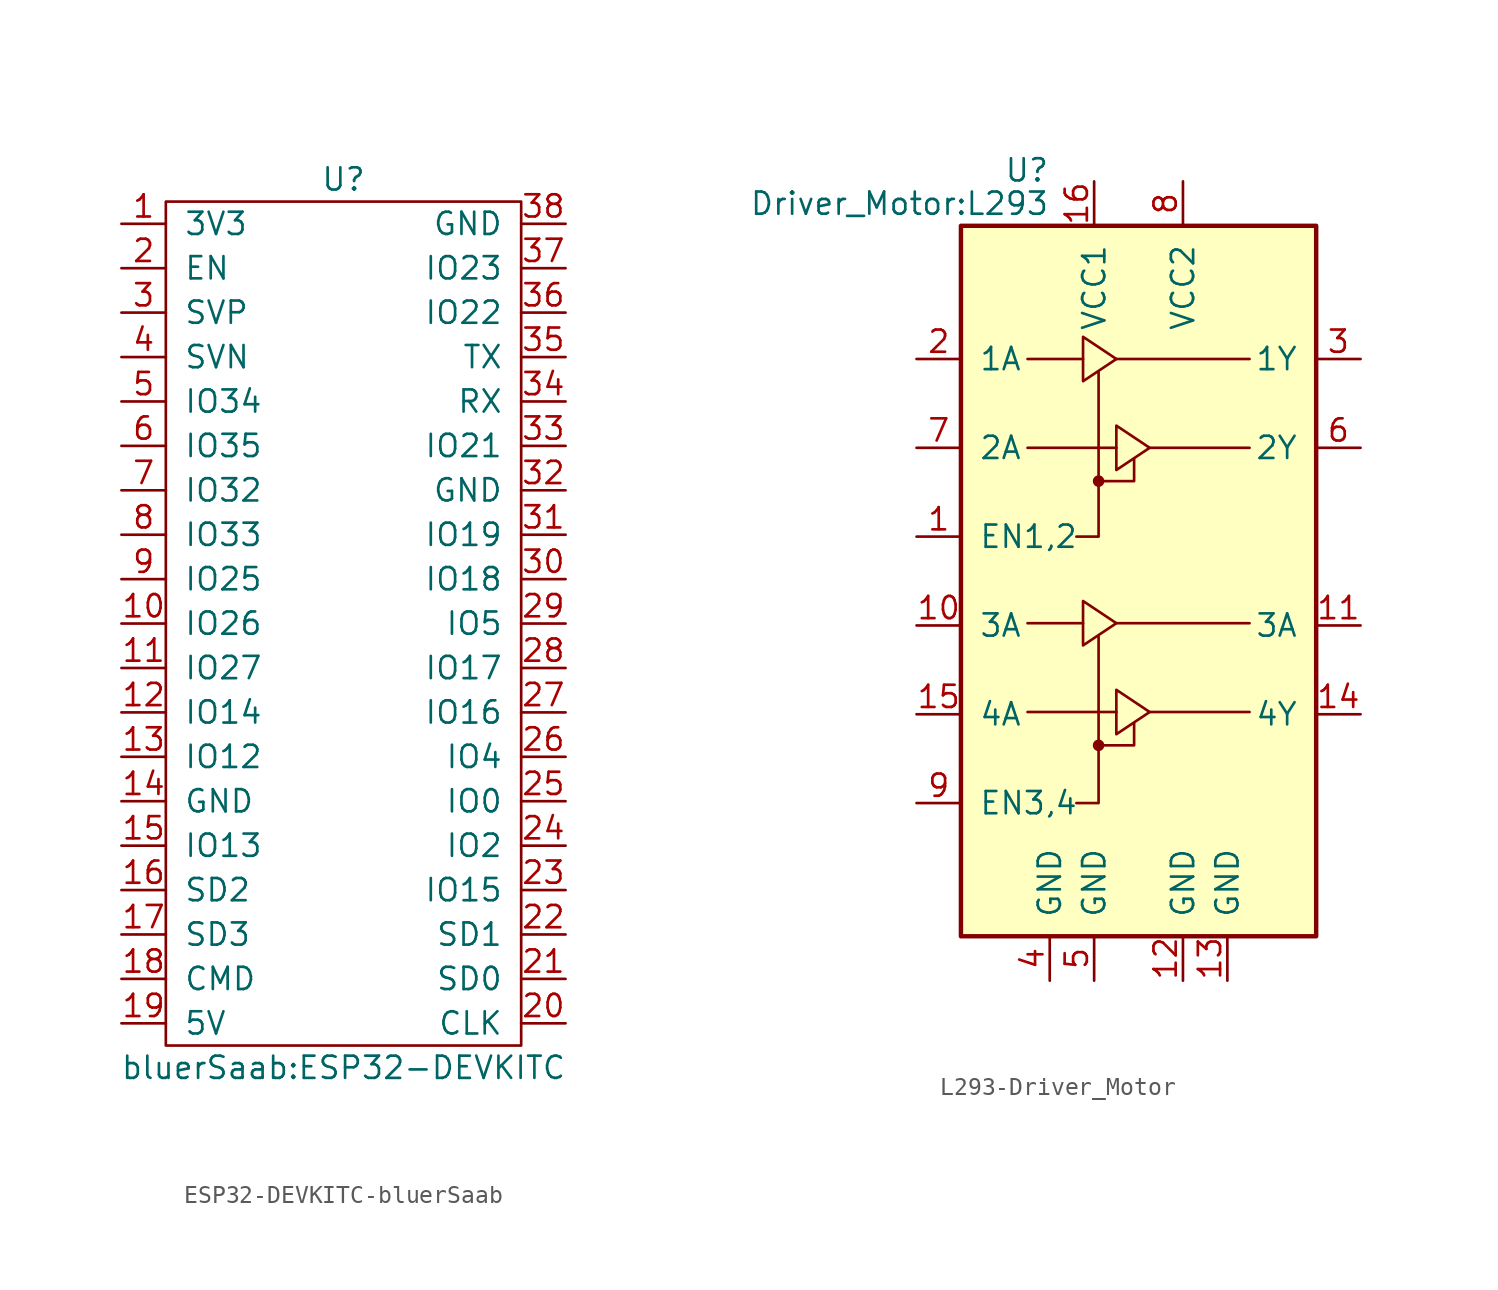
<source format=kicad_sym>
(kicad_symbol_lib
  (version 20231120)
  (generator "kicad_symbol_editor")
  (generator_version "8.0")
  (symbol "ESP32-DEVKITC-bluerSaab"
    (pin_names
      (offset 1.016))
    (property "Reference" "U"
      (at 0 22.86 0)
      (effects (font (size 1.27 1.27))))
    (property "Value" "bluerSaab:ESP32-DEVKITC"
      (at 0 -27.94 0)
      (effects (font (size 1.27 1.27))))
    (symbol "ESP32-DEVKITC-bluerSaab_0_1"
      (rectangle (start -10.16 21.59) (end 10.16 -26.67) (stroke (width 0) (type solid)) (fill (type none))))
    (symbol "ESP32-DEVKITC-bluerSaab_1_1"
      (pin power_in line (at -12.7 20.32 0) (length 2.54) (name "3V3" (effects (font (size 1.27 1.27)))) (number "1" (effects (font (size 1.27 1.27)))))
      (pin bidirectional line (at -12.7 -2.54 0) (length 2.54) (name "IO26" (effects (font (size 1.27 1.27)))) (number "10" (effects (font (size 1.27 1.27)))))
      (pin bidirectional line (at -12.7 -5.08 0) (length 2.54) (name "IO27" (effects (font (size 1.27 1.27)))) (number "11" (effects (font (size 1.27 1.27)))))
      (pin bidirectional line (at -12.7 -7.62 0) (length 2.54) (name "IO14" (effects (font (size 1.27 1.27)))) (number "12" (effects (font (size 1.27 1.27)))))
      (pin bidirectional line (at -12.7 -10.16 0) (length 2.54) (name "IO12" (effects (font (size 1.27 1.27)))) (number "13" (effects (font (size 1.27 1.27)))))
      (pin power_in line (at -12.7 -12.7 0) (length 2.54) (name "GND" (effects (font (size 1.27 1.27)))) (number "14" (effects (font (size 1.27 1.27)))))
      (pin bidirectional line (at -12.7 -15.24 0) (length 2.54) (name "IO13" (effects (font (size 1.27 1.27)))) (number "15" (effects (font (size 1.27 1.27)))))
      (pin bidirectional line (at -12.7 -17.78 0) (length 2.54) (name "SD2" (effects (font (size 1.27 1.27)))) (number "16" (effects (font (size 1.27 1.27)))))
      (pin bidirectional line (at -12.7 -20.32 0) (length 2.54) (name "SD3" (effects (font (size 1.27 1.27)))) (number "17" (effects (font (size 1.27 1.27)))))
      (pin bidirectional line (at -12.7 -22.86 0) (length 2.54) (name "CMD" (effects (font (size 1.27 1.27)))) (number "18" (effects (font (size 1.27 1.27)))))
      (pin power_in line (at -12.7 -25.4 0) (length 2.54) (name "5V" (effects (font (size 1.27 1.27)))) (number "19" (effects (font (size 1.27 1.27)))))
      (pin bidirectional line (at -12.7 17.78 0) (length 2.54) (name "EN" (effects (font (size 1.27 1.27)))) (number "2" (effects (font (size 1.27 1.27)))))
      (pin bidirectional line (at 12.7 -25.4 180) (length 2.54) (name "CLK" (effects (font (size 1.27 1.27)))) (number "20" (effects (font (size 1.27 1.27)))))
      (pin bidirectional line (at 12.7 -22.86 180) (length 2.54) (name "SD0" (effects (font (size 1.27 1.27)))) (number "21" (effects (font (size 1.27 1.27)))))
      (pin bidirectional line (at 12.7 -20.32 180) (length 2.54) (name "SD1" (effects (font (size 1.27 1.27)))) (number "22" (effects (font (size 1.27 1.27)))))
      (pin bidirectional line (at 12.7 -17.78 180) (length 2.54) (name "IO15" (effects (font (size 1.27 1.27)))) (number "23" (effects (font (size 1.27 1.27)))))
      (pin bidirectional line (at 12.7 -15.24 180) (length 2.54) (name "IO2" (effects (font (size 1.27 1.27)))) (number "24" (effects (font (size 1.27 1.27)))))
      (pin bidirectional line (at 12.7 -12.7 180) (length 2.54) (name "IO0" (effects (font (size 1.27 1.27)))) (number "25" (effects (font (size 1.27 1.27)))))
      (pin bidirectional line (at 12.7 -10.16 180) (length 2.54) (name "IO4" (effects (font (size 1.27 1.27)))) (number "26" (effects (font (size 1.27 1.27)))))
      (pin bidirectional line (at 12.7 -7.62 180) (length 2.54) (name "IO16" (effects (font (size 1.27 1.27)))) (number "27" (effects (font (size 1.27 1.27)))))
      (pin bidirectional line (at 12.7 -5.08 180) (length 2.54) (name "IO17" (effects (font (size 1.27 1.27)))) (number "28" (effects (font (size 1.27 1.27)))))
      (pin bidirectional line (at 12.7 -2.54 180) (length 2.54) (name "IO5" (effects (font (size 1.27 1.27)))) (number "29" (effects (font (size 1.27 1.27)))))
      (pin bidirectional line (at -12.7 15.24 0) (length 2.54) (name "SVP" (effects (font (size 1.27 1.27)))) (number "3" (effects (font (size 1.27 1.27)))))
      (pin bidirectional line (at 12.7 0 180) (length 2.54) (name "IO18" (effects (font (size 1.27 1.27)))) (number "30" (effects (font (size 1.27 1.27)))))
      (pin bidirectional line (at 12.7 2.54 180) (length 2.54) (name "IO19" (effects (font (size 1.27 1.27)))) (number "31" (effects (font (size 1.27 1.27)))))
      (pin bidirectional line (at 12.7 5.08 180) (length 2.54) (name "GND" (effects (font (size 1.27 1.27)))) (number "32" (effects (font (size 1.27 1.27)))))
      (pin bidirectional line (at 12.7 7.62 180) (length 2.54) (name "IO21" (effects (font (size 1.27 1.27)))) (number "33" (effects (font (size 1.27 1.27)))))
      (pin bidirectional line (at 12.7 10.16 180) (length 2.54) (name "RX" (effects (font (size 1.27 1.27)))) (number "34" (effects (font (size 1.27 1.27)))))
      (pin bidirectional line (at 12.7 12.7 180) (length 2.54) (name "TX" (effects (font (size 1.27 1.27)))) (number "35" (effects (font (size 1.27 1.27)))))
      (pin bidirectional line (at 12.7 15.24 180) (length 2.54) (name "IO22" (effects (font (size 1.27 1.27)))) (number "36" (effects (font (size 1.27 1.27)))))
      (pin bidirectional line (at 12.7 17.78 180) (length 2.54) (name "IO23" (effects (font (size 1.27 1.27)))) (number "37" (effects (font (size 1.27 1.27)))))
      (pin power_in line (at 12.7 20.32 180) (length 2.54) (name "GND" (effects (font (size 1.27 1.27)))) (number "38" (effects (font (size 1.27 1.27)))))
      (pin bidirectional line (at -12.7 12.7 0) (length 2.54) (name "SVN" (effects (font (size 1.27 1.27)))) (number "4" (effects (font (size 1.27 1.27)))))
      (pin bidirectional line (at -12.7 10.16 0) (length 2.54) (name "IO34" (effects (font (size 1.27 1.27)))) (number "5" (effects (font (size 1.27 1.27)))))
      (pin bidirectional line (at -12.7 7.62 0) (length 2.54) (name "IO35" (effects (font (size 1.27 1.27)))) (number "6" (effects (font (size 1.27 1.27)))))
      (pin bidirectional line (at -12.7 5.08 0) (length 2.54) (name "IO32" (effects (font (size 1.27 1.27)))) (number "7" (effects (font (size 1.27 1.27)))))
      (pin bidirectional line (at -12.7 2.54 0) (length 2.54) (name "IO33" (effects (font (size 1.27 1.27)))) (number "8" (effects (font (size 1.27 1.27)))))
      (pin bidirectional line (at -12.7 0 0) (length 2.54) (name "IO25" (effects (font (size 1.27 1.27)))) (number "9" (effects (font (size 1.27 1.27)))))))
  (symbol "L293-Driver_Motor"
    (pin_names
      (offset 1.016))
    (property "Reference" "U"
      (at -5.08 26.035 0)
      (effects (font (size 1.27 1.27)) (justify right)))
    (property "Value" "Driver_Motor:L293"
      (at -5.08 24.13 0)
      (effects (font (size 1.27 1.27)) (justify right)))
    (symbol "L293-Driver_Motor_0_1"
      (rectangle (start -10.16 22.86) (end 10.16 -17.78) (stroke (width 0.254) (type solid)) (fill (type background)))
      (circle (center -2.286 -6.858) (radius 0.254) (stroke (width 0) (type solid)) (fill (type outline)))
      (circle (center -2.286 8.255) (radius 0.254) (stroke (width 0) (type solid)) (fill (type outline)))
      (polyline (pts (xy -6.35 -4.953) (xy -1.27 -4.953)) (stroke (width 0) (type solid)) (fill (type none)))
      (polyline (pts (xy -6.35 0.127) (xy -3.175 0.127)) (stroke (width 0) (type solid)) (fill (type none)))
      (polyline (pts (xy -6.35 10.16) (xy -1.27 10.16)) (stroke (width 0) (type solid)) (fill (type none)))
      (polyline (pts (xy -6.35 15.24) (xy -3.175 15.24)) (stroke (width 0) (type solid)) (fill (type none)))
      (polyline (pts (xy -1.27 0.127) (xy 6.35 0.127)) (stroke (width 0) (type solid)) (fill (type none)))
      (polyline (pts (xy -1.27 15.24) (xy 6.35 15.24)) (stroke (width 0) (type solid)) (fill (type none)))
      (polyline (pts (xy 0.635 -4.953) (xy 6.35 -4.953)) (stroke (width 0) (type solid)) (fill (type none)))
      (polyline (pts (xy 0.635 10.16) (xy 6.35 10.16)) (stroke (width 0) (type solid)) (fill (type none)))
      (polyline (pts (xy -2.286 -6.858) (xy -0.254 -6.858) (xy -0.254 -5.588)) (stroke (width 0) (type solid)) (fill (type none)))
      (polyline (pts (xy -2.286 -0.635) (xy -2.286 -10.16) (xy -3.556 -10.16)) (stroke (width 0) (type solid)) (fill (type none)))
      (polyline (pts (xy -2.286 8.255) (xy -0.254 8.255) (xy -0.254 9.525)) (stroke (width 0) (type solid)) (fill (type none)))
      (polyline (pts (xy -2.286 14.478) (xy -2.286 5.08) (xy -3.556 5.08)) (stroke (width 0) (type solid)) (fill (type none)))
      (polyline (pts (xy -3.175 1.397) (xy -3.175 -1.143) (xy -1.27 0.127) (xy -3.175 1.397)) (stroke (width 0) (type solid)) (fill (type none)))
      (polyline (pts (xy -3.175 16.51) (xy -3.175 13.97) (xy -1.27 15.24) (xy -3.175 16.51)) (stroke (width 0) (type solid)) (fill (type none)))
      (polyline (pts (xy -1.27 -3.683) (xy -1.27 -6.223) (xy 0.635 -4.953) (xy -1.27 -3.683)) (stroke (width 0) (type solid)) (fill (type none)))
      (polyline (pts (xy -1.27 11.43) (xy -1.27 8.89) (xy 0.635 10.16) (xy -1.27 11.43)) (stroke (width 0) (type solid)) (fill (type none))))
    (symbol "L293-Driver_Motor_1_1"
      (pin input line (at -12.7 5.08 0) (length 2.54) (name "EN1,2" (effects (font (size 1.27 1.27)))) (number "1" (effects (font (size 1.27 1.27)))))
      (pin input line (at -12.7 0 0) (length 2.54) (name "3A" (effects (font (size 1.27 1.27)))) (number "10" (effects (font (size 1.27 1.27)))))
      (pin output line (at 12.7 0 180) (length 2.54) (name "3A" (effects (font (size 1.27 1.27)))) (number "11" (effects (font (size 1.27 1.27)))))
      (pin power_in line (at 2.54 -20.32 90) (length 2.54) (name "GND" (effects (font (size 1.27 1.27)))) (number "12" (effects (font (size 1.27 1.27)))))
      (pin power_in line (at 5.08 -20.32 90) (length 2.54) (name "GND" (effects (font (size 1.27 1.27)))) (number "13" (effects (font (size 1.27 1.27)))))
      (pin output line (at 12.7 -5.08 180) (length 2.54) (name "4Y" (effects (font (size 1.27 1.27)))) (number "14" (effects (font (size 1.27 1.27)))))
      (pin input line (at -12.7 -5.08 0) (length 2.54) (name "4A" (effects (font (size 1.27 1.27)))) (number "15" (effects (font (size 1.27 1.27)))))
      (pin power_in line (at -2.54 25.4 270) (length 2.54) (name "VCC1" (effects (font (size 1.27 1.27)))) (number "16" (effects (font (size 1.27 1.27)))))
      (pin input line (at -12.7 15.24 0) (length 2.54) (name "1A" (effects (font (size 1.27 1.27)))) (number "2" (effects (font (size 1.27 1.27)))))
      (pin output line (at 12.7 15.24 180) (length 2.54) (name "1Y" (effects (font (size 1.27 1.27)))) (number "3" (effects (font (size 1.27 1.27)))))
      (pin power_in line (at -5.08 -20.32 90) (length 2.54) (name "GND" (effects (font (size 1.27 1.27)))) (number "4" (effects (font (size 1.27 1.27)))))
      (pin power_in line (at -2.54 -20.32 90) (length 2.54) (name "GND" (effects (font (size 1.27 1.27)))) (number "5" (effects (font (size 1.27 1.27)))))
      (pin output line (at 12.7 10.16 180) (length 2.54) (name "2Y" (effects (font (size 1.27 1.27)))) (number "6" (effects (font (size 1.27 1.27)))))
      (pin input line (at -12.7 10.16 0) (length 2.54) (name "2A" (effects (font (size 1.27 1.27)))) (number "7" (effects (font (size 1.27 1.27)))))
      (pin power_in line (at 2.54 25.4 270) (length 2.54) (name "VCC2" (effects (font (size 1.27 1.27)))) (number "8" (effects (font (size 1.27 1.27)))))
      (pin input line (at -12.7 -10.16 0) (length 2.54) (name "EN3,4" (effects (font (size 1.27 1.27)))) (number "9" (effects (font (size 1.27 1.27))))))))
</source>
